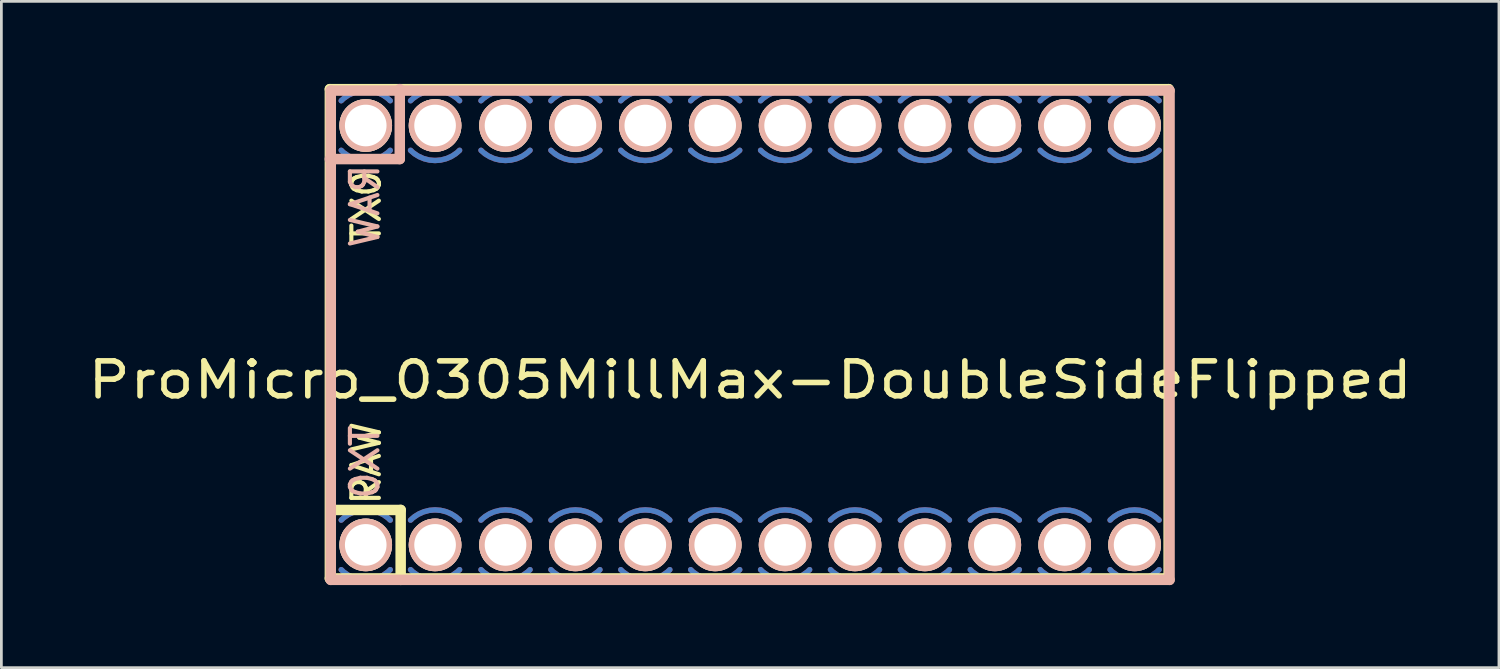
<source format=kicad_pcb>
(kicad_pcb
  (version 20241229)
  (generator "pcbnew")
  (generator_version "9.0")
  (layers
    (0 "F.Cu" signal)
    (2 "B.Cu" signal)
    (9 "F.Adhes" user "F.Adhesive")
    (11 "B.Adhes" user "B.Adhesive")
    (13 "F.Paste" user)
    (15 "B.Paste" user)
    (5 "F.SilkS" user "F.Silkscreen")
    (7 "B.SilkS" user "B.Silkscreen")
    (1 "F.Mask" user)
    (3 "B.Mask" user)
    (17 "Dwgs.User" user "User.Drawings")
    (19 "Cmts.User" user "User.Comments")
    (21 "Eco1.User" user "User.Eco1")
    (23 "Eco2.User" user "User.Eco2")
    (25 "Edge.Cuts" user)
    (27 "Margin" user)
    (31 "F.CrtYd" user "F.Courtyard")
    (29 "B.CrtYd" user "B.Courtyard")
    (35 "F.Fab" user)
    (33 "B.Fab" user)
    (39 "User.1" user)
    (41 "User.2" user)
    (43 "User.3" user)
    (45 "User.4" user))
  (footprint "ProMicro_0305MillMax-DoubleSideFlipped"
    (layer "F.Cu")
    (at 24.21 9.131)
    (property "Reference" "ProMicro_0305MillMax-DoubleSideFlipped" (at 0 1.625 0) (layer "F.SilkS") (effects (font (size 1.27 1.524) (thickness 0.203))))
    (attr through_hole)
    (fp_line (start -15.273 -8.941) (end 15.207 -8.941) (stroke (width 0.381) (type solid)) (layer "F.SilkS"))
    (fp_line (start -15.273 8.839) (end -15.273 -8.941) (stroke (width 0.381) (type solid)) (layer "F.SilkS"))
    (fp_line (start -15.24 6.35) (end -12.7 6.35) (stroke (width 0.381) (type solid)) (layer "F.SilkS"))
    (fp_line (start -12.7 6.35) (end -12.7 8.89) (stroke (width 0.381) (type solid)) (layer "F.SilkS"))
    (fp_line (start 15.207 -8.941) (end 15.207 8.839) (stroke (width 0.381) (type solid)) (layer "F.SilkS"))
    (fp_line (start 15.207 8.839) (end -15.273 8.839) (stroke (width 0.381) (type solid)) (layer "F.SilkS"))
    (fp_line (start -15.273 -6.401) (end -12.733 -6.401) (stroke (width 0.381) (type solid)) (layer "B.SilkS"))
    (fp_line (start -15.24 -8.89) (end -15.24 8.89) (stroke (width 0.381) (type solid)) (layer "B.SilkS"))
    (fp_line (start -15.24 8.89) (end 15.24 8.89) (stroke (width 0.381) (type solid)) (layer "B.SilkS"))
    (fp_line (start -12.733 -6.401) (end -12.733 -8.941) (stroke (width 0.381) (type solid)) (layer "B.SilkS"))
    (fp_line (start 15.24 -8.89) (end -15.24 -8.89) (stroke (width 0.381) (type solid)) (layer "B.SilkS"))
    (fp_line (start 15.24 8.89) (end 15.24 -8.89) (stroke (width 0.381) (type solid)) (layer "B.SilkS"))
    (fp_text user "TX0" (at -13.947 -4.651 90) (layer "F.SilkS") (effects (font (size 1 1) (thickness 0.15))))
    (fp_text user "RAW" (at -13.947 4.649 90) (layer "F.SilkS") (effects (font (size 1 1) (thickness 0.15))))
    (fp_text user "RAW" (at -14 -4.69 270) (layer "B.SilkS") (effects (font (size 1 1) (thickness 0.15)) (justify mirror)))
    (fp_text user "TX0" (at -14 4.61 270) (layer "B.SilkS") (effects (font (size 1 1) (thickness 0.15)) (justify mirror)))
    (pad "1" smd custom (at -13.97 -8.89) (size 0.2 0.2) (layers "B.Cu" "B.Mask") (options (anchor circle)) (primitives (gr_arc (start -0.890955 0.369045) (mid 0 -0.000001) (end 0.890955 0.369045) (width 0.2))))
    (pad "1" smd custom (at -13.97 -6.35) (size 0.2 0.2) (layers "B.Cu" "B.Mask") (options (anchor circle)) (primitives (gr_arc (start 0.890955 -0.369045) (mid 0 0.000001) (end -0.890955 -0.369045) (width 0.2))))
    (pad "1" smd custom (at -13.97 6.35) (size 0.2 0.2) (layers "F.Cu" "B.Mask") (options (anchor circle)) (primitives (gr_arc (start -0.890955 0.369045) (mid 0 -0.000001) (end 0.890955 0.369045) (width 0.2))))
    (pad "1" smd custom (at -13.97 8.89) (size 0.2 0.2) (layers "F.Cu" "B.Mask") (options (anchor circle)) (primitives (gr_arc (start 0.890955 -0.369045) (mid 0 0.000001) (end -0.890955 -0.369045) (width 0.2))))
    (pad "2" smd custom (at -11.45 -8.89) (size 0.2 0.2) (layers "B.Cu" "B.Mask") (options (anchor circle)) (primitives (gr_arc (start -0.890955 0.369045) (mid 0 -0.000001) (end 0.890955 0.369045) (width 0.2))))
    (pad "2" smd custom (at -11.45 -6.35) (size 0.2 0.2) (layers "B.Cu" "B.Mask") (options (anchor circle)) (primitives (gr_arc (start 0.890955 -0.369045) (mid 0 0.000001) (end -0.890955 -0.369045) (width 0.2))))
    (pad "2" smd custom (at -11.45 6.35) (size 0.2 0.2) (layers "F.Cu" "B.Mask") (options (anchor circle)) (primitives (gr_arc (start -0.890955 0.369045) (mid 0 -0.000001) (end 0.890955 0.369045) (width 0.2))))
    (pad "2" smd custom (at -11.45 8.89) (size 0.2 0.2) (layers "F.Cu" "B.Mask") (options (anchor circle)) (primitives (gr_arc (start 0.890955 -0.369045) (mid 0 0.000001) (end -0.890955 -0.369045) (width 0.2))))
    (pad "3" smd custom (at -8.89 -8.89) (size 0.2 0.2) (layers "B.Cu" "B.Mask") (options (anchor circle)) (primitives (gr_arc (start -0.890955 0.369045) (mid 0 -0.000001) (end 0.890955 0.369045) (width 0.2))))
    (pad "3" smd custom (at -8.89 -6.35) (size 0.2 0.2) (layers "B.Cu" "B.Mask") (options (anchor circle)) (primitives (gr_arc (start 0.890955 -0.369045) (mid 0 0.000001) (end -0.890955 -0.369045) (width 0.2))))
    (pad "3" smd custom (at -8.89 6.35) (size 0.2 0.2) (layers "F.Cu" "B.Mask") (options (anchor circle)) (primitives (gr_arc (start -0.890955 0.369045) (mid 0 -0.000001) (end 0.890955 0.369045) (width 0.2))))
    (pad "3" smd custom (at -8.89 8.89) (size 0.2 0.2) (layers "F.Cu" "B.Mask") (options (anchor circle)) (primitives (gr_arc (start 0.890955 -0.369045) (mid 0 0.000001) (end -0.890955 -0.369045) (width 0.2))))
    (pad "4" smd custom (at -6.35 -8.89) (size 0.2 0.2) (layers "B.Cu" "B.Mask") (options (anchor circle)) (primitives (gr_arc (start -0.890955 0.369045) (mid 0 -0.000001) (end 0.890955 0.369045) (width 0.2))))
    (pad "4" smd custom (at -6.35 -6.35) (size 0.2 0.2) (layers "B.Cu" "B.Mask") (options (anchor circle)) (primitives (gr_arc (start 0.890955 -0.369045) (mid 0 0.000001) (end -0.890955 -0.369045) (width 0.2))))
    (pad "4" smd custom (at -6.35 6.35) (size 0.2 0.2) (layers "F.Cu" "B.Mask") (options (anchor circle)) (primitives (gr_arc (start -0.890955 0.369045) (mid 0 -0.000001) (end 0.890955 0.369045) (width 0.2))))
    (pad "4" smd custom (at -6.35 8.89) (size 0.2 0.2) (layers "F.Cu" "B.Mask") (options (anchor circle)) (primitives (gr_arc (start 0.890955 -0.369045) (mid 0 0.000001) (end -0.890955 -0.369045) (width 0.2))))
    (pad "5" smd custom (at -3.81 -8.89) (size 0.2 0.2) (layers "B.Cu" "B.Mask") (options (anchor circle)) (primitives (gr_arc (start -0.890955 0.369045) (mid 0 -0.000001) (end 0.890955 0.369045) (width 0.2))))
    (pad "5" smd custom (at -3.81 -6.35) (size 0.2 0.2) (layers "B.Cu" "B.Mask") (options (anchor circle)) (primitives (gr_arc (start 0.890955 -0.369045) (mid 0 0.000001) (end -0.890955 -0.369045) (width 0.2))))
    (pad "5" smd custom (at -3.81 6.35) (size 0.2 0.2) (layers "F.Cu" "B.Mask") (options (anchor circle)) (primitives (gr_arc (start -0.890955 0.369045) (mid 0 -0.000001) (end 0.890955 0.369045) (width 0.2))))
    (pad "5" smd custom (at -3.81 8.89) (size 0.2 0.2) (layers "F.Cu" "B.Mask") (options (anchor circle)) (primitives (gr_arc (start 0.890955 -0.369045) (mid 0 0.000001) (end -0.890955 -0.369045) (width 0.2))))
    (pad "6" smd custom (at -1.27 -8.89) (size 0.2 0.2) (layers "B.Cu" "B.Mask") (options (anchor circle)) (primitives (gr_arc (start -0.890955 0.369045) (mid 0 -0.000001) (end 0.890955 0.369045) (width 0.2))))
    (pad "6" smd custom (at -1.27 -6.35) (size 0.2 0.2) (layers "B.Cu" "B.Mask") (options (anchor circle)) (primitives (gr_arc (start 0.890955 -0.369045) (mid 0 0.000001) (end -0.890955 -0.369045) (width 0.2))))
    (pad "6" smd custom (at -1.27 6.35) (size 0.2 0.2) (layers "F.Cu" "B.Mask") (options (anchor circle)) (primitives (gr_arc (start -0.890955 0.369045) (mid 0 -0.000001) (end 0.890955 0.369045) (width 0.2))))
    (pad "6" smd custom (at -1.27 8.89) (size 0.2 0.2) (layers "F.Cu" "B.Mask") (options (anchor circle)) (primitives (gr_arc (start 0.890955 -0.369045) (mid 0 0.000001) (end -0.890955 -0.369045) (width 0.2))))
    (pad "7" smd custom (at 1.27 -8.89) (size 0.2 0.2) (layers "B.Cu" "B.Mask") (options (anchor circle)) (primitives (gr_arc (start -0.890955 0.369045) (mid 0 -0.000001) (end 0.890955 0.369045) (width 0.2))))
    (pad "7" smd custom (at 1.27 -6.35) (size 0.2 0.2) (layers "B.Cu" "B.Mask") (options (anchor circle)) (primitives (gr_arc (start 0.890955 -0.369045) (mid 0 0.000001) (end -0.890955 -0.369045) (width 0.2))))
    (pad "7" smd custom (at 1.27 6.35) (size 0.2 0.2) (layers "F.Cu" "B.Mask") (options (anchor circle)) (primitives (gr_arc (start -0.890955 0.369045) (mid 0 -0.000001) (end 0.890955 0.369045) (width 0.2))))
    (pad "7" smd custom (at 1.27 8.89) (size 0.2 0.2) (layers "F.Cu" "B.Mask") (options (anchor circle)) (primitives (gr_arc (start 0.890955 -0.369045) (mid 0 0.000001) (end -0.890955 -0.369045) (width 0.2))))
    (pad "8" smd custom (at 3.81 -8.89) (size 0.2 0.2) (layers "B.Cu" "B.Mask") (options (anchor circle)) (primitives (gr_arc (start -0.890955 0.369045) (mid 0 -0.000001) (end 0.890955 0.369045) (width 0.2))))
    (pad "8" smd custom (at 3.81 -6.35) (size 0.2 0.2) (layers "B.Cu" "B.Mask") (options (anchor circle)) (primitives (gr_arc (start 0.890955 -0.369045) (mid 0 0.000001) (end -0.890955 -0.369045) (width 0.2))))
    (pad "8" smd custom (at 3.81 6.35) (size 0.2 0.2) (layers "F.Cu" "B.Mask") (options (anchor circle)) (primitives (gr_arc (start -0.890955 0.369045) (mid 0 -0.000001) (end 0.890955 0.369045) (width 0.2))))
    (pad "8" smd custom (at 3.81 8.89) (size 0.2 0.2) (layers "F.Cu" "B.Mask") (options (anchor circle)) (primitives (gr_arc (start 0.890955 -0.369045) (mid 0 0.000001) (end -0.890955 -0.369045) (width 0.2))))
    (pad "9" smd custom (at 6.35 -8.89) (size 0.2 0.2) (layers "B.Cu" "B.Mask") (options (anchor circle)) (primitives (gr_arc (start -0.890955 0.369045) (mid 0 -0.000001) (end 0.890955 0.369045) (width 0.2))))
    (pad "9" smd custom (at 6.35 -6.35) (size 0.2 0.2) (layers "B.Cu" "B.Mask") (options (anchor circle)) (primitives (gr_arc (start 0.890955 -0.369045) (mid 0 0.000001) (end -0.890955 -0.369045) (width 0.2))))
    (pad "9" smd custom (at 6.35 6.35) (size 0.2 0.2) (layers "F.Cu" "B.Mask") (options (anchor circle)) (primitives (gr_arc (start -0.890955 0.369045) (mid 0 -0.000001) (end 0.890955 0.369045) (width 0.2))))
    (pad "9" smd custom (at 6.35 8.89) (size 0.2 0.2) (layers "F.Cu" "B.Mask") (options (anchor circle)) (primitives (gr_arc (start 0.890955 -0.369045) (mid 0 0.000001) (end -0.890955 -0.369045) (width 0.2))))
    (pad "10" smd custom (at 8.89 -8.89) (size 0.2 0.2) (layers "B.Cu" "B.Mask") (options (anchor circle)) (primitives (gr_arc (start -0.890955 0.369045) (mid 0 -0.000001) (end 0.890955 0.369045) (width 0.2))))
    (pad "10" smd custom (at 8.89 -6.35) (size 0.2 0.2) (layers "B.Cu" "B.Mask") (options (anchor circle)) (primitives (gr_arc (start 0.890955 -0.369045) (mid 0 0.000001) (end -0.890955 -0.369045) (width 0.2))))
    (pad "10" smd custom (at 8.89 6.35) (size 0.2 0.2) (layers "F.Cu" "B.Mask") (options (anchor circle)) (primitives (gr_arc (start -0.890955 0.369045) (mid 0 -0.000001) (end 0.890955 0.369045) (width 0.2))))
    (pad "10" smd custom (at 8.89 8.89) (size 0.2 0.2) (layers "F.Cu" "B.Mask") (options (anchor circle)) (primitives (gr_arc (start 0.890955 -0.369045) (mid 0 0.000001) (end -0.890955 -0.369045) (width 0.2))))
    (pad "11" smd custom (at 11.43 -8.89) (size 0.2 0.2) (layers "B.Cu" "B.Mask") (options (anchor circle)) (primitives (gr_arc (start -0.890955 0.369045) (mid 0 -0.000001) (end 0.890955 0.369045) (width 0.2))))
    (pad "11" smd custom (at 11.43 -6.35) (size 0.2 0.2) (layers "B.Cu" "B.Mask") (options (anchor circle)) (primitives (gr_arc (start 0.890955 -0.369045) (mid 0 0.000001) (end -0.890955 -0.369045) (width 0.2))))
    (pad "11" smd custom (at 11.43 6.35) (size 0.2 0.2) (layers "F.Cu" "B.Mask") (options (anchor circle)) (primitives (gr_arc (start -0.890955 0.369045) (mid 0 -0.000001) (end 0.890955 0.369045) (width 0.2))))
    (pad "11" smd custom (at 11.43 8.89) (size 0.2 0.2) (layers "F.Cu" "B.Mask") (options (anchor circle)) (primitives (gr_arc (start 0.890955 -0.369045) (mid 0 0.000001) (end -0.890955 -0.369045) (width 0.2))))
    (pad "12" smd custom (at 13.97 -8.89) (size 0.2 0.2) (layers "B.Cu" "B.Mask") (options (anchor circle)) (primitives (gr_arc (start -0.890955 0.369045) (mid 0 -0.000001) (end 0.890955 0.369045) (width 0.2))))
    (pad "12" smd custom (at 13.97 -6.35) (size 0.2 0.2) (layers "B.Cu" "B.Mask") (options (anchor circle)) (primitives (gr_arc (start 0.890955 -0.369045) (mid 0 0.000001) (end -0.890955 -0.369045) (width 0.2))))
    (pad "12" smd custom (at 13.97 6.35) (size 0.2 0.2) (layers "F.Cu" "B.Mask") (options (anchor circle)) (primitives (gr_arc (start -0.890955 0.369045) (mid 0 -0.000001) (end 0.890955 0.369045) (width 0.2))))
    (pad "12" smd custom (at 13.97 8.89) (size 0.2 0.2) (layers "F.Cu" "B.Mask") (options (anchor circle)) (primitives (gr_arc (start 0.890955 -0.369045) (mid 0 0.000001) (end -0.890955 -0.369045) (width 0.2))))
    (pad "13" smd custom (at 13.97 -8.89) (size 0.2 0.2) (layers "F.Cu" "F.Mask") (options (anchor circle)) (primitives (gr_arc (start -0.890955 0.369045) (mid 0 -0.000001) (end 0.890955 0.369045) (width 0.2))))
    (pad "13" smd custom (at 13.97 -6.35) (size 0.2 0.2) (layers "F.Cu" "F.Mask") (options (anchor circle)) (primitives (gr_arc (start 0.890955 -0.369045) (mid 0 0.000001) (end -0.890955 -0.369045) (width 0.2))))
    (pad "13" smd custom (at 13.97 6.35) (size 0.2 0.2) (layers "F.Mask" "B.Cu") (options (anchor circle)) (primitives (gr_arc (start -0.890955 0.369045) (mid 0 -0.000001) (end 0.890955 0.369045) (width 0.2))))
    (pad "13" smd custom (at 13.97 8.89) (size 0.2 0.2) (layers "F.Mask" "B.Cu") (options (anchor circle)) (primitives (gr_arc (start 0.890955 -0.369045) (mid 0 0.000001) (end -0.890955 -0.369045) (width 0.2))))
    (pad "14" smd custom (at 11.43 -8.89) (size 0.2 0.2) (layers "F.Cu" "F.Mask") (options (anchor circle)) (primitives (gr_arc (start -0.890955 0.369045) (mid 0 -0.000001) (end 0.890955 0.369045) (width 0.2))))
    (pad "14" smd custom (at 11.43 -6.35) (size 0.2 0.2) (layers "F.Cu" "F.Mask") (options (anchor circle)) (primitives (gr_arc (start 0.890955 -0.369045) (mid 0 0.000001) (end -0.890955 -0.369045) (width 0.2))))
    (pad "14" smd custom (at 11.43 6.35) (size 0.2 0.2) (layers "F.Mask" "B.Cu") (options (anchor circle)) (primitives (gr_arc (start -0.890955 0.369045) (mid 0 -0.000001) (end 0.890955 0.369045) (width 0.2))))
    (pad "14" smd custom (at 11.43 8.89) (size 0.2 0.2) (layers "F.Mask" "B.Cu") (options (anchor circle)) (primitives (gr_arc (start 0.890955 -0.369045) (mid 0 0.000001) (end -0.890955 -0.369045) (width 0.2))))
    (pad "15" smd custom (at 8.89 -8.89) (size 0.2 0.2) (layers "F.Cu" "F.Mask") (options (anchor circle)) (primitives (gr_arc (start -0.890955 0.369045) (mid 0 -0.000001) (end 0.890955 0.369045) (width 0.2))))
    (pad "15" smd custom (at 8.89 -6.35) (size 0.2 0.2) (layers "F.Cu" "F.Mask") (options (anchor circle)) (primitives (gr_arc (start 0.890955 -0.369045) (mid 0 0.000001) (end -0.890955 -0.369045) (width 0.2))))
    (pad "15" smd custom (at 8.89 6.35) (size 0.2 0.2) (layers "F.Mask" "B.Cu") (options (anchor circle)) (primitives (gr_arc (start -0.890955 0.369045) (mid 0 -0.000001) (end 0.890955 0.369045) (width 0.2))))
    (pad "15" smd custom (at 8.89 8.89) (size 0.2 0.2) (layers "F.Mask" "B.Cu") (options (anchor circle)) (primitives (gr_arc (start 0.890955 -0.369045) (mid 0 0.000001) (end -0.890955 -0.369045) (width 0.2))))
    (pad "16" smd custom (at 6.35 -8.89) (size 0.2 0.2) (layers "F.Cu" "F.Mask") (options (anchor circle)) (primitives (gr_arc (start -0.890955 0.369045) (mid 0 -0.000001) (end 0.890955 0.369045) (width 0.2))))
    (pad "16" smd custom (at 6.35 -6.35) (size 0.2 0.2) (layers "F.Cu" "F.Mask") (options (anchor circle)) (primitives (gr_arc (start 0.890955 -0.369045) (mid 0 0.000001) (end -0.890955 -0.369045) (width 0.2))))
    (pad "16" smd custom (at 6.35 6.35) (size 0.2 0.2) (layers "F.Mask" "B.Cu") (options (anchor circle)) (primitives (gr_arc (start -0.890955 0.369045) (mid 0 -0.000001) (end 0.890955 0.369045) (width 0.2))))
    (pad "16" smd custom (at 6.35 8.89) (size 0.2 0.2) (layers "F.Mask" "B.Cu") (options (anchor circle)) (primitives (gr_arc (start 0.890955 -0.369045) (mid 0 0.000001) (end -0.890955 -0.369045) (width 0.2))))
    (pad "17" smd custom (at 3.81 -8.89) (size 0.2 0.2) (layers "F.Cu" "F.Mask") (options (anchor circle)) (primitives (gr_arc (start -0.890955 0.369045) (mid 0 -0.000001) (end 0.890955 0.369045) (width 0.2))))
    (pad "17" smd custom (at 3.81 -6.35) (size 0.2 0.2) (layers "F.Cu" "F.Mask") (options (anchor circle)) (primitives (gr_arc (start 0.890955 -0.369045) (mid 0 0.000001) (end -0.890955 -0.369045) (width 0.2))))
    (pad "17" smd custom (at 3.81 6.35) (size 0.2 0.2) (layers "F.Mask" "B.Cu") (options (anchor circle)) (primitives (gr_arc (start -0.890955 0.369045) (mid 0 -0.000001) (end 0.890955 0.369045) (width 0.2))))
    (pad "17" smd custom (at 3.81 8.89) (size 0.2 0.2) (layers "F.Mask" "B.Cu") (options (anchor circle)) (primitives (gr_arc (start 0.890955 -0.369045) (mid 0 0.000001) (end -0.890955 -0.369045) (width 0.2))))
    (pad "18" smd custom (at 1.27 -8.89) (size 0.2 0.2) (layers "F.Cu" "F.Mask") (options (anchor circle)) (primitives (gr_arc (start -0.890955 0.369045) (mid 0 -0.000001) (end 0.890955 0.369045) (width 0.2))))
    (pad "18" smd custom (at 1.27 -6.35) (size 0.2 0.2) (layers "F.Cu" "F.Mask") (options (anchor circle)) (primitives (gr_arc (start 0.890955 -0.369045) (mid 0 0.000001) (end -0.890955 -0.369045) (width 0.2))))
    (pad "18" smd custom (at 1.27 6.35) (size 0.2 0.2) (layers "F.Mask" "B.Cu") (options (anchor circle)) (primitives (gr_arc (start -0.890955 0.369045) (mid 0 -0.000001) (end 0.890955 0.369045) (width 0.2))))
    (pad "18" smd custom (at 1.27 8.89) (size 0.2 0.2) (layers "F.Mask" "B.Cu") (options (anchor circle)) (primitives (gr_arc (start 0.890955 -0.369045) (mid 0 0.000001) (end -0.890955 -0.369045) (width 0.2))))
    (pad "19" smd custom (at -1.27 -8.89) (size 0.2 0.2) (layers "F.Cu" "F.Mask") (options (anchor circle)) (primitives (gr_arc (start -0.890955 0.369045) (mid 0 -0.000001) (end 0.890955 0.369045) (width 0.2))))
    (pad "19" smd custom (at -1.27 -6.35) (size 0.2 0.2) (layers "F.Cu" "F.Mask") (options (anchor circle)) (primitives (gr_arc (start 0.890955 -0.369045) (mid 0 0.000001) (end -0.890955 -0.369045) (width 0.2))))
    (pad "19" smd custom (at -1.27 6.35) (size 0.2 0.2) (layers "F.Mask" "B.Cu") (options (anchor circle)) (primitives (gr_arc (start -0.890955 0.369045) (mid 0 -0.000001) (end 0.890955 0.369045) (width 0.2))))
    (pad "19" smd custom (at -1.27 8.89) (size 0.2 0.2) (layers "F.Mask" "B.Cu") (options (anchor circle)) (primitives (gr_arc (start 0.890955 -0.369045) (mid 0 0.000001) (end -0.890955 -0.369045) (width 0.2))))
    (pad "20" smd custom (at -3.81 -8.89) (size 0.2 0.2) (layers "F.Cu" "F.Mask") (options (anchor circle)) (primitives (gr_arc (start -0.890955 0.369045) (mid 0 -0.000001) (end 0.890955 0.369045) (width 0.2))))
    (pad "20" smd custom (at -3.81 -6.35) (size 0.2 0.2) (layers "F.Cu" "F.Mask") (options (anchor circle)) (primitives (gr_arc (start 0.890955 -0.369045) (mid 0 0.000001) (end -0.890955 -0.369045) (width 0.2))))
    (pad "20" smd custom (at -3.81 6.35) (size 0.2 0.2) (layers "F.Mask" "B.Cu") (options (anchor circle)) (primitives (gr_arc (start -0.890955 0.369045) (mid 0 -0.000001) (end 0.890955 0.369045) (width 0.2))))
    (pad "20" smd custom (at -3.81 8.89) (size 0.2 0.2) (layers "F.Mask" "B.Cu") (options (anchor circle)) (primitives (gr_arc (start 0.890955 -0.369045) (mid 0 0.000001) (end -0.890955 -0.369045) (width 0.2))))
    (pad "21" smd custom (at -6.35 -8.89) (size 0.2 0.2) (layers "F.Cu" "F.Mask") (options (anchor circle)) (primitives (gr_arc (start -0.890955 0.369045) (mid 0 -0.000001) (end 0.890955 0.369045) (width 0.2))))
    (pad "21" smd custom (at -6.35 -6.35) (size 0.2 0.2) (layers "F.Cu" "F.Mask") (options (anchor circle)) (primitives (gr_arc (start 0.890955 -0.369045) (mid 0 0.000001) (end -0.890955 -0.369045) (width 0.2))))
    (pad "21" smd custom (at -6.35 6.35) (size 0.2 0.2) (layers "F.Mask" "B.Cu") (options (anchor circle)) (primitives (gr_arc (start -0.890955 0.369045) (mid 0 -0.000001) (end 0.890955 0.369045) (width 0.2))))
    (pad "21" smd custom (at -6.35 8.89) (size 0.2 0.2) (layers "F.Mask" "B.Cu") (options (anchor circle)) (primitives (gr_arc (start 0.890955 -0.369045) (mid 0 0.000001) (end -0.890955 -0.369045) (width 0.2))))
    (pad "22" smd custom (at -8.89 -8.89) (size 0.2 0.2) (layers "F.Cu" "F.Mask") (options (anchor circle)) (primitives (gr_arc (start -0.890955 0.369045) (mid 0 -0.000001) (end 0.890955 0.369045) (width 0.2))))
    (pad "22" smd custom (at -8.89 -6.35) (size 0.2 0.2) (layers "F.Cu" "F.Mask") (options (anchor circle)) (primitives (gr_arc (start 0.890955 -0.369045) (mid 0 0.000001) (end -0.890955 -0.369045) (width 0.2))))
    (pad "22" smd custom (at -8.89 6.35) (size 0.2 0.2) (layers "F.Mask" "B.Cu") (options (anchor circle)) (primitives (gr_arc (start -0.890955 0.369045) (mid 0 -0.000001) (end 0.890955 0.369045) (width 0.2))))
    (pad "22" smd custom (at -8.89 8.89) (size 0.2 0.2) (layers "F.Mask" "B.Cu") (options (anchor circle)) (primitives (gr_arc (start 0.890955 -0.369045) (mid 0 0.000001) (end -0.890955 -0.369045) (width 0.2))))
    (pad "23" smd custom (at -11.45 -8.89) (size 0.2 0.2) (layers "F.Cu" "F.Mask") (options (anchor circle)) (primitives (gr_arc (start -0.890955 0.369045) (mid 0 -0.000001) (end 0.890955 0.369045) (width 0.2))))
    (pad "23" smd custom (at -11.45 -6.35) (size 0.2 0.2) (layers "F.Cu" "F.Mask") (options (anchor circle)) (primitives (gr_arc (start 0.890955 -0.369045) (mid 0 0.000001) (end -0.890955 -0.369045) (width 0.2))))
    (pad "23" smd custom (at -11.45 6.35) (size 0.2 0.2) (layers "F.Mask" "B.Cu") (options (anchor circle)) (primitives (gr_arc (start -0.890955 0.369045) (mid 0 -0.000001) (end 0.890955 0.369045) (width 0.2))))
    (pad "23" smd custom (at -11.45 8.89) (size 0.2 0.2) (layers "F.Mask" "B.Cu") (options (anchor circle)) (primitives (gr_arc (start 0.890955 -0.369045) (mid 0 0.000001) (end -0.890955 -0.369045) (width 0.2))))
    (pad "24" smd custom (at -13.97 -8.89) (size 0.2 0.2) (layers "F.Cu" "F.Mask") (options (anchor circle)) (primitives (gr_arc (start -0.890955 0.369045) (mid 0 -0.000001) (end 0.890955 0.369045) (width 0.2))))
    (pad "24" smd custom (at -13.97 -6.35) (size 0.2 0.2) (layers "F.Cu" "F.Mask") (options (anchor circle)) (primitives (gr_arc (start 0.890955 -0.369045) (mid 0 0.000001) (end -0.890955 -0.369045) (width 0.2))))
    (pad "24" smd custom (at -13.97 6.35) (size 0.2 0.2) (layers "F.Mask" "B.Cu") (options (anchor circle)) (primitives (gr_arc (start -0.890955 0.369045) (mid 0 -0.000001) (end 0.890955 0.369045) (width 0.2))))
    (pad "24" smd custom (at -13.97 8.89) (size 0.2 0.2) (layers "F.Mask" "B.Cu") (options (anchor circle)) (primitives (gr_arc (start 0.890955 -0.369045) (mid 0 0.000001) (end -0.890955 -0.369045) (width 0.2))))
    (pad "25" thru_hole circle (at -13.97 -7.62) (size 1.913 1.913) (drill 1.513) (layers "*.Cu" "*.SilkS" "*.Mask"))
    (pad "26" thru_hole circle (at -11.45 -7.62) (size 1.913 1.913) (drill 1.513) (layers "*.Cu" "*.SilkS" "*.Mask"))
    (pad "27" thru_hole circle (at -8.89 -7.62) (size 1.913 1.913) (drill 1.513) (layers "*.Cu" "*.SilkS" "*.Mask"))
    (pad "28" thru_hole circle (at -6.35 -7.62) (size 1.913 1.913) (drill 1.513) (layers "*.Cu" "*.SilkS" "*.Mask"))
    (pad "29" thru_hole circle (at -3.81 -7.62) (size 1.913 1.913) (drill 1.513) (layers "*.Cu" "*.SilkS" "*.Mask"))
    (pad "30" thru_hole circle (at -1.27 -7.62) (size 1.913 1.913) (drill 1.513) (layers "*.Cu" "*.SilkS" "*.Mask"))
    (pad "31" thru_hole circle (at 1.27 -7.62) (size 1.913 1.913) (drill 1.513) (layers "*.Cu" "*.SilkS" "*.Mask"))
    (pad "32" thru_hole circle (at 3.81 -7.62) (size 1.913 1.913) (drill 1.513) (layers "*.Cu" "*.SilkS" "*.Mask"))
    (pad "33" thru_hole circle (at 6.35 -7.62) (size 1.913 1.913) (drill 1.513) (layers "*.Cu" "*.SilkS" "*.Mask"))
    (pad "34" thru_hole circle (at 8.89 -7.62) (size 1.913 1.913) (drill 1.513) (layers "*.Cu" "*.SilkS" "*.Mask"))
    (pad "35" thru_hole circle (at 11.43 -7.62) (size 1.913 1.913) (drill 1.513) (layers "*.Cu" "*.SilkS" "*.Mask"))
    (pad "36" thru_hole circle (at 13.97 -7.62) (size 1.913 1.913) (drill 1.513) (layers "*.Cu" "*.SilkS" "*.Mask"))
    (pad "37" thru_hole circle (at 13.97 7.62) (size 1.913 1.913) (drill 1.513) (layers "*.Cu" "*.SilkS" "*.Mask"))
    (pad "38" thru_hole circle (at 11.43 7.62) (size 1.913 1.913) (drill 1.513) (layers "*.Cu" "*.SilkS" "*.Mask"))
    (pad "39" thru_hole circle (at 8.89 7.62) (size 1.913 1.913) (drill 1.513) (layers "*.Cu" "*.SilkS" "*.Mask"))
    (pad "40" thru_hole circle (at 6.35 7.62) (size 1.913 1.913) (drill 1.513) (layers "*.Cu" "*.SilkS" "*.Mask"))
    (pad "41" thru_hole circle (at 3.81 7.62) (size 1.913 1.913) (drill 1.513) (layers "*.Cu" "*.SilkS" "*.Mask"))
    (pad "42" thru_hole circle (at 1.27 7.62) (size 1.913 1.913) (drill 1.513) (layers "*.Cu" "*.SilkS" "*.Mask"))
    (pad "43" thru_hole circle (at -1.27 7.62) (size 1.913 1.913) (drill 1.513) (layers "*.Cu" "*.SilkS" "*.Mask"))
    (pad "44" thru_hole circle (at -3.81 7.62) (size 1.913 1.913) (drill 1.513) (layers "*.Cu" "*.SilkS" "*.Mask"))
    (pad "45" thru_hole circle (at -6.35 7.62) (size 1.913 1.913) (drill 1.513) (layers "*.Cu" "*.SilkS" "*.Mask"))
    (pad "46" thru_hole circle (at -8.89 7.62) (size 1.913 1.913) (drill 1.513) (layers "*.Cu" "*.SilkS" "*.Mask"))
    (pad "47" thru_hole circle (at -11.45 7.62) (size 1.913 1.913) (drill 1.513) (layers "*.Cu" "*.SilkS" "*.Mask"))
    (pad "48" thru_hole circle (at -13.97 7.62) (size 1.913 1.913) (drill 1.513) (layers "*.Cu" "*.SilkS" "*.Mask")))
  (gr_rect
    (start -3 -3)
    (end 51.42 21.212)
    (stroke (width 0.1) (type default))
    (fill no)
    (layer "Edge.Cuts")))
</source>
